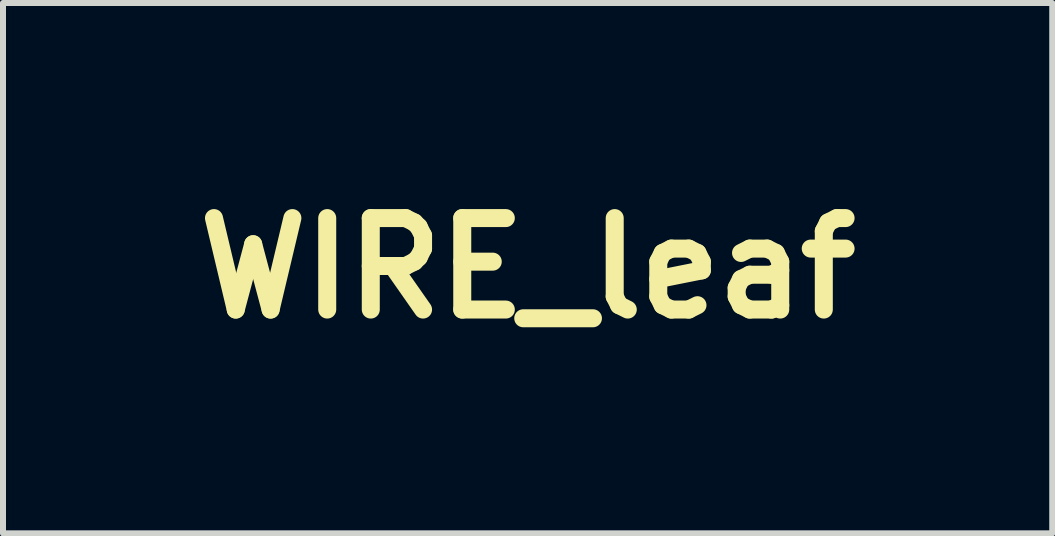
<source format=kicad_pcb>
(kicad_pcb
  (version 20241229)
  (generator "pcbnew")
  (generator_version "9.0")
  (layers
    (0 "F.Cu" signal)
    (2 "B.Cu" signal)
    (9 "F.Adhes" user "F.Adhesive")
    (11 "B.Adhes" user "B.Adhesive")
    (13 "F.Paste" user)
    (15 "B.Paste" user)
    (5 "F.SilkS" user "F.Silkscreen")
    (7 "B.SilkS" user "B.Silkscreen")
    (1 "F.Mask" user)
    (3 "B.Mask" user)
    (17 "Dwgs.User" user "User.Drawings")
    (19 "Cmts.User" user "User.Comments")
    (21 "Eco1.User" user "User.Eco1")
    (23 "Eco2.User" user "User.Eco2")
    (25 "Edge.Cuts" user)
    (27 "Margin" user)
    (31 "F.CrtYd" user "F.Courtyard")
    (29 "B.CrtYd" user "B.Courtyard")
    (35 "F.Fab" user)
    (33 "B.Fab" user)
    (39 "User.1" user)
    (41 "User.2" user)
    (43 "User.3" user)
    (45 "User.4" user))
  (footprint "WIRE_leaf"
    (layer "F.Cu")
    (at 5.74 1.418)
    (property "Reference" "WIRE_leaf" (at 0 0 0) (layer "F.SilkS") (effects (font (size 1.524 1.524) (thickness 0.3))))
    (attr board_only exclude_from_pos_files exclude_from_bom)
    (fp_poly (pts (xy 4.004 -0.487) (xy 2.95 -0.487) (xy 2.734 -0.486) (xy 2.527 -0.485) (xy 2.334 -0.483) (xy 2.161 -0.48) (xy 2.011 -0.477) (xy 1.889 -0.474) (xy 1.801 -0.47) (xy 1.75 -0.465) (xy 1.75 -0.465) (xy 1.641 -0.445) (xy 1.548 -0.415) (xy 1.459 -0.369) (xy 1.363 -0.303) (xy 1.253 -0.213) (xy 1.068 -0.064) (xy 0.89 0.06) (xy 0.706 0.166) (xy 0.503 0.262) (xy 0.329 0.333) (xy 0.119 0.421) (xy -0.07 0.516) (xy -0.251 0.626) (xy -0.436 0.76) (xy -0.528 0.832) (xy -0.697 0.962) (xy -0.847 1.064) (xy -0.987 1.142) (xy -1.126 1.201) (xy -1.273 1.244) (xy -1.438 1.276) (xy -1.546 1.291) (xy -1.606 1.296) (xy -1.705 1.3) (xy -1.839 1.304) (xy -2.003 1.307) (xy -2.195 1.31) (xy -2.409 1.312) (xy -2.642 1.313) (xy -2.865 1.313) (xy -4.004 1.313) (xy -4.004 0.511) (xy -2.78 0.504) (xy -2.507 0.502) (xy -2.272 0.501) (xy -2.071 0.5) (xy -1.901 0.497) (xy -1.758 0.492) (xy -1.638 0.484) (xy -1.537 0.472) (xy -1.451 0.456) (xy -1.376 0.433) (xy -1.309 0.404) (xy -1.245 0.368) (xy -1.181 0.324) (xy -1.112 0.271) (xy -1.036 0.208) (xy -0.947 0.134) (xy -0.895 0.092) (xy -0.7 -0.051) (xy -0.475 -0.184) (xy -0.215 -0.312) (xy 0.001 -0.403) (xy 0.162 -0.469) (xy 0.292 -0.528) (xy 0.403 -0.586) (xy 0.506 -0.65) (xy 0.609 -0.726) (xy 0.725 -0.82) (xy 0.789 -0.874) (xy 0.964 -1.009) (xy 1.138 -1.113) (xy 1.324 -1.189) (xy 1.531 -1.244) (xy 1.684 -1.27) (xy 1.735 -1.275) (xy 1.825 -1.279) (xy 1.947 -1.282) (xy 2.098 -1.285) (xy 2.274 -1.288) (xy 2.469 -1.29) (xy 2.68 -1.291) (xy 2.901 -1.292) (xy 2.918 -1.292) (xy 4.004 -1.292)) (stroke (width 0) (type solid)) (fill yes) (layer "F.Mask")))
  (gr_rect
    (start -3 -3)
    (end 14.481 5.836)
    (stroke (width 0.1) (type default))
    (fill no)
    (layer "Edge.Cuts")))
</source>
